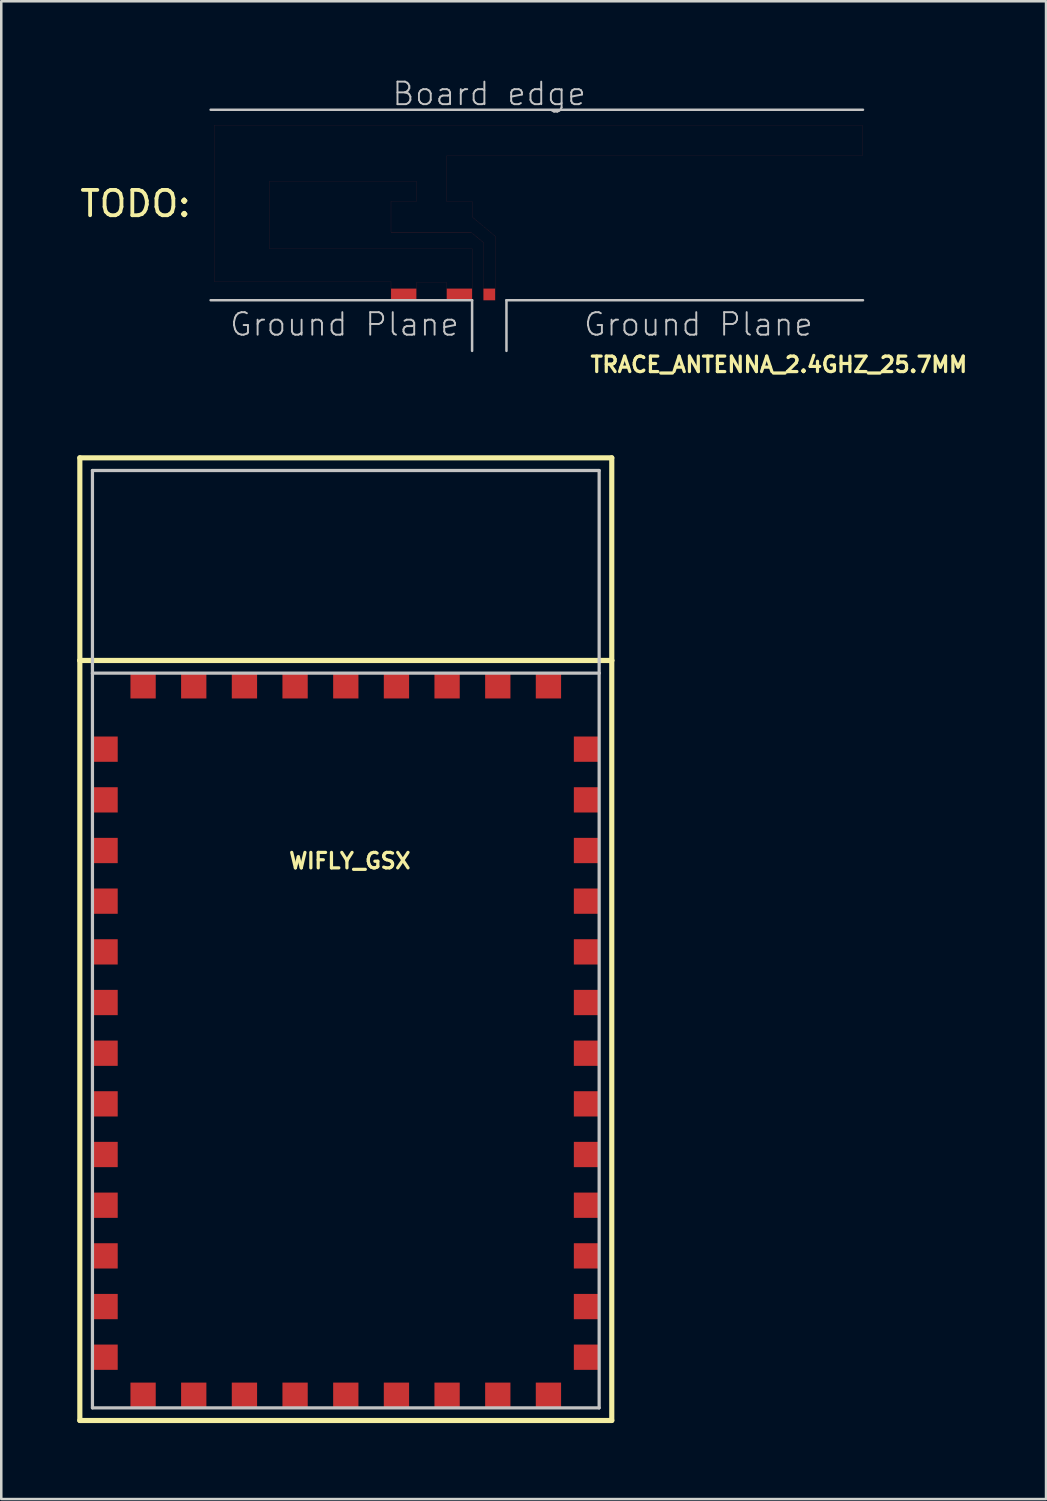
<source format=kicad_pcb>
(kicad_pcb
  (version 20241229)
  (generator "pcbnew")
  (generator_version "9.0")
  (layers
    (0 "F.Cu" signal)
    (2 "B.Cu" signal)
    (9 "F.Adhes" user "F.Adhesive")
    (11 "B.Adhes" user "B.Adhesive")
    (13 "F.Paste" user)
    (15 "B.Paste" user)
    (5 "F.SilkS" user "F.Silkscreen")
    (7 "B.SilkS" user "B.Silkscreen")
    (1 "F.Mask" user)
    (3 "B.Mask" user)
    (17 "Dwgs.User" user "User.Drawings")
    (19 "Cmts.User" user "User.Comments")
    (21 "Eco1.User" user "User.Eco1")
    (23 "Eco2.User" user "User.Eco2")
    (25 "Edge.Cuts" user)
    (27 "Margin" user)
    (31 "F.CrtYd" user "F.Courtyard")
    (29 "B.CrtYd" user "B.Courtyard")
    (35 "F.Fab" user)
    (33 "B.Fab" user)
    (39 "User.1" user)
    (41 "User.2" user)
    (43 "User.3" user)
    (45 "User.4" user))
  (footprint "WIFLY_GSX"
    (layer "F.Cu")
    (at 0.599 52.519)
    (property "Reference" "WIFLY_GSX" (at 10.16 -21.59 0) (layer "F.SilkS") (effects (font (size 0.61 0.61) (thickness 0.127))))
    (attr smd)
    (fp_line (start -0.498 -37.498) (end 20.498 -37.498) (stroke (width 0.203) (type solid)) (layer "F.SilkS"))
    (fp_line (start -0.498 -29.5) (end -0.498 -37.498) (stroke (width 0.203) (type solid)) (layer "F.SilkS"))
    (fp_line (start -0.498 -29.5) (end 20.498 -29.5) (stroke (width 0.203) (type solid)) (layer "F.SilkS"))
    (fp_line (start -0.498 0.498) (end -0.498 -29.5) (stroke (width 0.203) (type solid)) (layer "F.SilkS"))
    (fp_line (start 20.498 -37.498) (end 20.498 -29.5) (stroke (width 0.203) (type solid)) (layer "F.SilkS"))
    (fp_line (start 20.498 -29.5) (end 20.498 0.498) (stroke (width 0.203) (type solid)) (layer "F.SilkS"))
    (fp_line (start 20.498 0.498) (end -0.498 0.498) (stroke (width 0.203) (type solid)) (layer "F.SilkS"))
    (fp_line (start 0 -36.998) (end 0 -28.999) (stroke (width 0.127) (type solid)) (layer "Dwgs.User"))
    (fp_line (start 0 -28.999) (end 0 0) (stroke (width 0.127) (type solid)) (layer "Dwgs.User"))
    (fp_line (start 0 -28.999) (end 20 -28.999) (stroke (width 0.127) (type solid)) (layer "Dwgs.User"))
    (fp_line (start 0 0) (end 20 0) (stroke (width 0.127) (type solid)) (layer "Dwgs.User"))
    (fp_line (start 20 -36.998) (end 0 -36.998) (stroke (width 0.127) (type solid)) (layer "Dwgs.User"))
    (fp_line (start 20 -28.999) (end 20 -36.998) (stroke (width 0.127) (type solid)) (layer "Dwgs.User"))
    (fp_line (start 20 0) (end 20 -28.999) (stroke (width 0.127) (type solid)) (layer "Dwgs.User"))
    (pad "1" smd rect (at 0.498 -25.999) (size 0.998 0.998) (layers "F.Cu" "F.Mask" "F.Paste"))
    (pad "2" smd rect (at 0.498 -23.998) (size 0.998 0.998) (layers "F.Cu" "F.Mask" "F.Paste"))
    (pad "3" smd rect (at 0.498 -21.999) (size 0.998 0.998) (layers "F.Cu" "F.Mask" "F.Paste"))
    (pad "4" smd rect (at 0.498 -20) (size 0.998 0.998) (layers "F.Cu" "F.Mask" "F.Paste"))
    (pad "5" smd rect (at 0.498 -17.998) (size 0.998 0.998) (layers "F.Cu" "F.Mask" "F.Paste"))
    (pad "6" smd rect (at 0.498 -15.999) (size 0.998 0.998) (layers "F.Cu" "F.Mask" "F.Paste"))
    (pad "7" smd rect (at 0.498 -13.998) (size 0.998 0.998) (layers "F.Cu" "F.Mask" "F.Paste"))
    (pad "8" smd rect (at 0.498 -11.999) (size 0.998 0.998) (layers "F.Cu" "F.Mask" "F.Paste"))
    (pad "9" smd rect (at 0.498 -10) (size 0.998 0.998) (layers "F.Cu" "F.Mask" "F.Paste"))
    (pad "10" smd rect (at 0.498 -7.998) (size 0.998 0.998) (layers "F.Cu" "F.Mask" "F.Paste"))
    (pad "11" smd rect (at 0.498 -5.999) (size 0.998 0.998) (layers "F.Cu" "F.Mask" "F.Paste"))
    (pad "12" smd rect (at 0.498 -3.998) (size 0.998 0.998) (layers "F.Cu" "F.Mask" "F.Paste"))
    (pad "13" smd rect (at 0.498 -1.999) (size 0.998 0.998) (layers "F.Cu" "F.Mask" "F.Paste"))
    (pad "14" smd rect (at 1.999 -0.498) (size 0.998 0.998) (layers "F.Cu" "F.Mask" "F.Paste"))
    (pad "15" smd rect (at 3.998 -0.498) (size 0.998 0.998) (layers "F.Cu" "F.Mask" "F.Paste"))
    (pad "16" smd rect (at 5.999 -0.498) (size 0.998 0.998) (layers "F.Cu" "F.Mask" "F.Paste"))
    (pad "17" smd rect (at 7.998 -0.498) (size 0.998 0.998) (layers "F.Cu" "F.Mask" "F.Paste"))
    (pad "18" smd rect (at 10 -0.498) (size 0.998 0.998) (layers "F.Cu" "F.Mask" "F.Paste"))
    (pad "19" smd rect (at 11.999 -0.498) (size 0.998 0.998) (layers "F.Cu" "F.Mask" "F.Paste"))
    (pad "20" smd rect (at 13.998 -0.498) (size 0.998 0.998) (layers "F.Cu" "F.Mask" "F.Paste"))
    (pad "21" smd rect (at 15.999 -0.498) (size 0.998 0.998) (layers "F.Cu" "F.Mask" "F.Paste"))
    (pad "22" smd rect (at 17.998 -0.498) (size 0.998 0.998) (layers "F.Cu" "F.Mask" "F.Paste"))
    (pad "23" smd rect (at 19.5 -1.999) (size 0.998 0.998) (layers "F.Cu" "F.Mask" "F.Paste"))
    (pad "24" smd rect (at 19.5 -3.998) (size 0.998 0.998) (layers "F.Cu" "F.Mask" "F.Paste"))
    (pad "25" smd rect (at 19.5 -5.999) (size 0.998 0.998) (layers "F.Cu" "F.Mask" "F.Paste"))
    (pad "26" smd rect (at 19.5 -7.998) (size 0.998 0.998) (layers "F.Cu" "F.Mask" "F.Paste"))
    (pad "27" smd rect (at 19.5 -10) (size 0.998 0.998) (layers "F.Cu" "F.Mask" "F.Paste"))
    (pad "28" smd rect (at 19.5 -11.999) (size 0.998 0.998) (layers "F.Cu" "F.Mask" "F.Paste"))
    (pad "29" smd rect (at 19.5 -13.998) (size 0.998 0.998) (layers "F.Cu" "F.Mask" "F.Paste"))
    (pad "30" smd rect (at 19.5 -15.999) (size 0.998 0.998) (layers "F.Cu" "F.Mask" "F.Paste"))
    (pad "31" smd rect (at 19.5 -17.998) (size 0.998 0.998) (layers "F.Cu" "F.Mask" "F.Paste"))
    (pad "32" smd rect (at 19.5 -20) (size 0.998 0.998) (layers "F.Cu" "F.Mask" "F.Paste"))
    (pad "33" smd rect (at 19.5 -21.999) (size 0.998 0.998) (layers "F.Cu" "F.Mask" "F.Paste"))
    (pad "34" smd rect (at 19.5 -23.998) (size 0.998 0.998) (layers "F.Cu" "F.Mask" "F.Paste"))
    (pad "35" smd rect (at 19.5 -25.999) (size 0.998 0.998) (layers "F.Cu" "F.Mask" "F.Paste"))
    (pad "36" smd rect (at 17.998 -28.499) (size 0.998 0.998) (layers "F.Cu" "F.Mask" "F.Paste"))
    (pad "37" smd rect (at 15.999 -28.499) (size 0.998 0.998) (layers "F.Cu" "F.Mask" "F.Paste"))
    (pad "38" smd rect (at 13.998 -28.499) (size 0.998 0.998) (layers "F.Cu" "F.Mask" "F.Paste"))
    (pad "39" smd rect (at 11.999 -28.499) (size 0.998 0.998) (layers "F.Cu" "F.Mask" "F.Paste"))
    (pad "40" smd rect (at 10 -28.499) (size 0.998 0.998) (layers "F.Cu" "F.Mask" "F.Paste"))
    (pad "41" smd rect (at 7.998 -28.499) (size 0.998 0.998) (layers "F.Cu" "F.Mask" "F.Paste"))
    (pad "42" smd rect (at 5.999 -28.499) (size 0.998 0.998) (layers "F.Cu" "F.Mask" "F.Paste"))
    (pad "43" smd rect (at 3.998 -28.499) (size 0.998 0.998) (layers "F.Cu" "F.Mask" "F.Paste"))
    (pad "44" smd rect (at 1.999 -28.499) (size 0.998 0.998) (layers "F.Cu" "F.Mask" "F.Paste")))
  (footprint "TRACE_ANTENNA_2.4GHZ_25.7MM"
    (layer "F.Cu")
    (at 16.262 8.8)
    (property "Reference" "TRACE_ANTENNA_2.4GHZ_25.7MM" (at 11.43 2.54 0) (layer "F.SilkS") (effects (font (size 0.61 0.61) (thickness 0.127))))
    (attr smd)
    (fp_line (start -10.858 -6.909) (end 14.719 -6.909) (stroke (width 0.003) (type solid)) (layer "F.Cu"))
    (fp_line (start -10.858 -0.739) (end -10.858 -6.909) (stroke (width 0.003) (type solid)) (layer "F.Cu"))
    (fp_line (start -8.679 -4.699) (end -8.679 -2.029) (stroke (width 0.003) (type solid)) (layer "F.Cu"))
    (fp_line (start -8.679 -2.029) (end -0.678 -2.029) (stroke (width 0.003) (type solid)) (layer "F.Cu"))
    (fp_line (start -3.879 -3.899) (end -2.878 -3.899) (stroke (width 0.003) (type solid)) (layer "F.Cu"))
    (fp_line (start -3.879 -2.69) (end -3.879 -3.899) (stroke (width 0.003) (type solid)) (layer "F.Cu"))
    (fp_line (start -3.879 -0.739) (end -10.858 -0.739) (stroke (width 0.003) (type solid)) (layer "F.Cu"))
    (fp_line (start -3.879 0) (end -3.879 -0.739) (stroke (width 0.003) (type solid)) (layer "F.Cu"))
    (fp_line (start -2.878 -4.699) (end -8.679 -4.699) (stroke (width 0.003) (type solid)) (layer "F.Cu"))
    (fp_line (start -2.878 -3.899) (end -2.878 -4.699) (stroke (width 0.003) (type solid)) (layer "F.Cu"))
    (fp_line (start -2.878 -0.699) (end -2.878 0) (stroke (width 0.003) (type solid)) (layer "F.Cu"))
    (fp_line (start -2.878 0) (end -3.879 0) (stroke (width 0.003) (type solid)) (layer "F.Cu"))
    (fp_line (start -1.679 -5.7) (end -1.679 -3.899) (stroke (width 0.003) (type solid)) (layer "F.Cu"))
    (fp_line (start -1.679 -3.899) (end -0.678 -3.899) (stroke (width 0.003) (type solid)) (layer "F.Cu"))
    (fp_line (start -1.679 -0.699) (end -2.878 -0.699) (stroke (width 0.003) (type solid)) (layer "F.Cu"))
    (fp_line (start -1.679 0) (end -1.679 -0.699) (stroke (width 0.003) (type solid)) (layer "F.Cu"))
    (fp_line (start -0.729 -2.69) (end -3.879 -2.69) (stroke (width 0.003) (type solid)) (layer "F.Cu"))
    (fp_line (start -0.678 -3.899) (end -0.678 -3.289) (stroke (width 0.003) (type solid)) (layer "F.Cu"))
    (fp_line (start -0.678 -3.289) (end 0.229 -2.53) (stroke (width 0.003) (type solid)) (layer "F.Cu"))
    (fp_line (start -0.678 -2.029) (end -0.678 0) (stroke (width 0.003) (type solid)) (layer "F.Cu"))
    (fp_line (start -0.678 0) (end -1.679 0) (stroke (width 0.003) (type solid)) (layer "F.Cu"))
    (fp_line (start -0.229 -2.278) (end -0.729 -2.69) (stroke (width 0.003) (type solid)) (layer "F.Cu"))
    (fp_line (start -0.229 0) (end -0.229 -2.278) (stroke (width 0.003) (type solid)) (layer "F.Cu"))
    (fp_line (start 0.229 -2.53) (end 0.229 0) (stroke (width 0.003) (type solid)) (layer "F.Cu"))
    (fp_line (start 0.229 0) (end -0.229 0) (stroke (width 0.003) (type solid)) (layer "F.Cu"))
    (fp_line (start 14.719 -6.909) (end 14.719 -5.7) (stroke (width 0.003) (type solid)) (layer "F.Cu"))
    (fp_line (start 14.719 -5.7) (end -1.679 -5.7) (stroke (width 0.003) (type solid)) (layer "F.Cu"))
    (fp_line (start -10.998 -7.518) (end 14.75 -7.518) (stroke (width 0.099) (type solid)) (layer "Dwgs.User"))
    (fp_line (start -0.678 0) (end -10.998 0) (stroke (width 0.099) (type solid)) (layer "Dwgs.User"))
    (fp_line (start -0.678 1.999) (end -0.678 0) (stroke (width 0.099) (type solid)) (layer "Dwgs.User"))
    (fp_line (start 0.678 0) (end 0.678 1.999) (stroke (width 0.099) (type solid)) (layer "Dwgs.User"))
    (fp_line (start 0.678 0) (end 14.75 0) (stroke (width 0.099) (type solid)) (layer "Dwgs.User"))
    (fp_text user "TODO:" (at -13.97 -3.81 0) (layer "F.SilkS") (effects (font (size 1 1) (thickness 0.15))))
    (fp_text user "Board edge" (at -0.003 -8.146 0) (layer "Dwgs.User") (effects (font (size 0.889 0.889) (thickness 0.076))))
    (fp_text user "Ground Plane" (at -5.715 0.953 0) (layer "Dwgs.User") (effects (font (size 0.889 0.889) (thickness 0.076))))
    (fp_text user "Ground Plane" (at 8.255 0.953 0) (layer "Dwgs.User") (effects (font (size 0.889 0.889) (thickness 0.076))))
    (pad "ANT" smd rect (at 0 -0.229) (size 0.46 0.46) (layers "F.Cu" "F.Mask" "F.Paste"))
    (pad "GND" smd rect (at -1.179 -0.229) (size 0.998 0.46) (layers "F.Cu" "F.Mask" "F.Paste"))
    (pad "GND2" smd rect (at -3.378 -0.229) (size 0.998 0.46) (layers "F.Cu" "F.Mask" "F.Paste")))
  (gr_rect
    (start -3 -3)
    (end 38.238 56.118)
    (stroke (width 0.1) (type default))
    (fill no)
    (layer "Edge.Cuts")))
</source>
